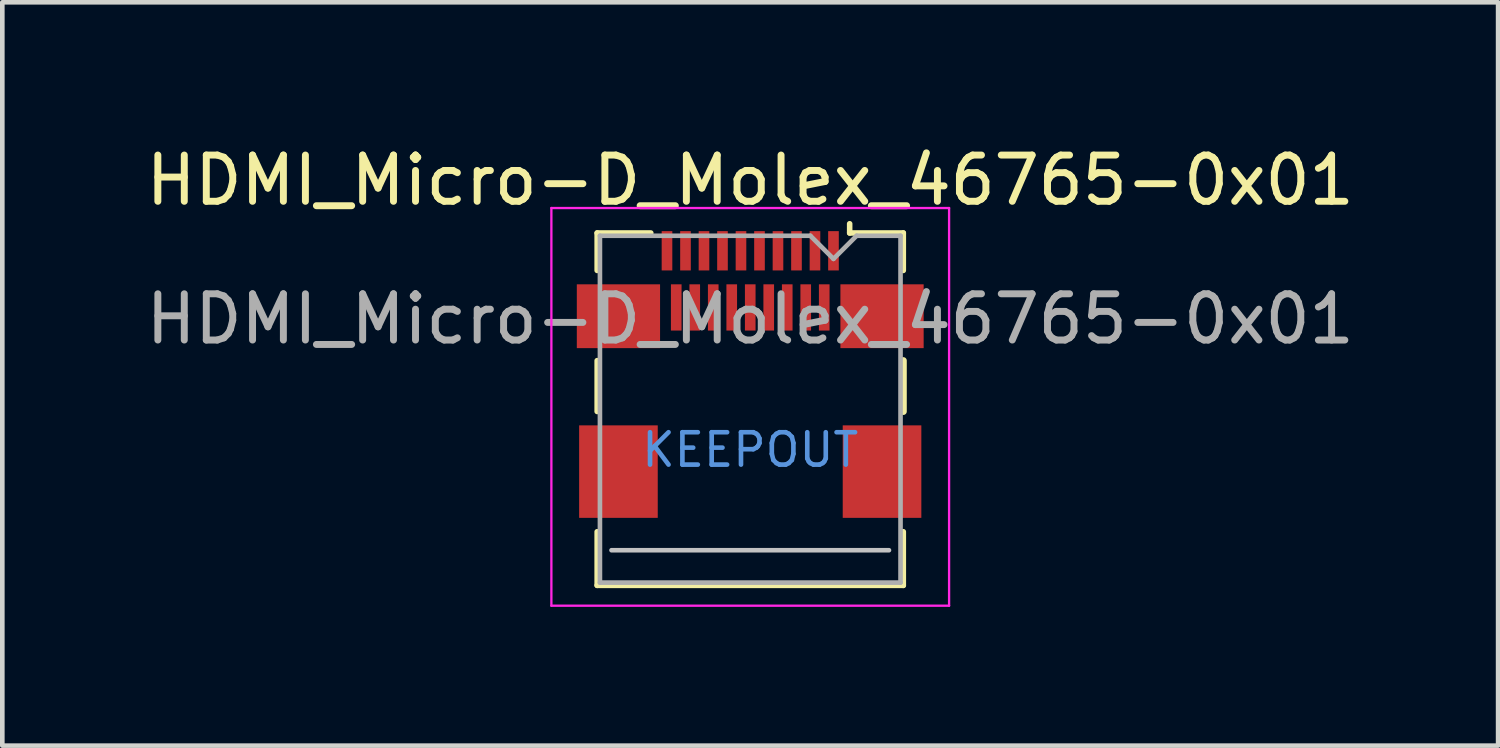
<source format=kicad_pcb>
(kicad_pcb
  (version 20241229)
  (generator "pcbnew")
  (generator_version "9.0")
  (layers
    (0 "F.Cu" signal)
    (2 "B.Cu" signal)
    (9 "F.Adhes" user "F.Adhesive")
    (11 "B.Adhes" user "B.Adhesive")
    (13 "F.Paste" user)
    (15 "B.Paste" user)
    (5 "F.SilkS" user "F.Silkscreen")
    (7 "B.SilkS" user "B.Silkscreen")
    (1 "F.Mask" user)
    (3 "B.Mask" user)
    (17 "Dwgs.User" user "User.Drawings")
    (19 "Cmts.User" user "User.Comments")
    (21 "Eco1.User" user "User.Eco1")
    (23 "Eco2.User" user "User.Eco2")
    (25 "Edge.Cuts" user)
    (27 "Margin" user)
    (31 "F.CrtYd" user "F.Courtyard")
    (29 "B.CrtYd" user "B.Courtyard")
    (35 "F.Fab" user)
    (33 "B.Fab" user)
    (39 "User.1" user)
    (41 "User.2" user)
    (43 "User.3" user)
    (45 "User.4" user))
  (footprint "HDMI_Micro-D_Molex_46765-0x01"
    (layer "F.Cu")
    (at 13.173 7.148)
    (property "Reference" "HDMI_Micro-D_Molex_46765-0x01" (at 0 -6.3 0) (layer "F.SilkS") (effects (font (size 1 1) (thickness 0.15))))
    (attr smd)
    (fp_line (start -3.31 -5.16) (end -2.15 -5.16) (stroke (width 0.12) (type solid)) (layer "F.SilkS"))
    (fp_line (start -3.31 -4.35) (end -3.31 -5.16) (stroke (width 0.12) (type solid)) (layer "F.SilkS"))
    (fp_line (start -3.31 -1.3) (end -3.31 -2.4) (stroke (width 0.12) (type solid)) (layer "F.SilkS"))
    (fp_line (start -3.31 2.46) (end -3.31 1.3) (stroke (width 0.12) (type solid)) (layer "F.SilkS"))
    (fp_line (start -3.31 2.46) (end 3.31 2.46) (stroke (width 0.12) (type solid)) (layer "F.SilkS"))
    (fp_line (start 2.15 -5.16) (end 2.15 -5.36) (stroke (width 0.12) (type solid)) (layer "F.SilkS"))
    (fp_line (start 2.15 -5.16) (end 3.31 -5.16) (stroke (width 0.12) (type solid)) (layer "F.SilkS"))
    (fp_line (start 3.31 -5.16) (end 3.31 -4.35) (stroke (width 0.12) (type solid)) (layer "F.SilkS"))
    (fp_line (start 3.31 -2.4) (end 3.31 -1.3) (stroke (width 0.15) (type solid)) (layer "F.SilkS"))
    (fp_line (start 3.31 1.3) (end 3.31 2.46) (stroke (width 0.12) (type solid)) (layer "F.SilkS"))
    (fp_line (start -3 1.7) (end 3 1.7) (stroke (width 0.1) (type solid)) (layer "Dwgs.User"))
    (fp_line (start -4.3 -5.7) (end -4.3 2.9) (stroke (width 0.05) (type solid)) (layer "F.CrtYd"))
    (fp_line (start -4.3 2.9) (end 4.3 2.9) (stroke (width 0.05) (type solid)) (layer "F.CrtYd"))
    (fp_line (start 4.3 -5.7) (end -4.3 -5.7) (stroke (width 0.05) (type solid)) (layer "F.CrtYd"))
    (fp_line (start 4.3 2.9) (end 4.3 -5.7) (stroke (width 0.05) (type solid)) (layer "F.CrtYd"))
    (fp_line (start -3.25 -5.1) (end 1.3 -5.1) (stroke (width 0.1) (type solid)) (layer "F.Fab"))
    (fp_line (start -3.25 2.4) (end -3.25 -5.1) (stroke (width 0.1) (type solid)) (layer "F.Fab"))
    (fp_line (start 1.8 -4.6) (end 1.3 -5.1) (stroke (width 0.1) (type solid)) (layer "F.Fab"))
    (fp_line (start 1.8 -4.6) (end 2.3 -5.1) (stroke (width 0.1) (type solid)) (layer "F.Fab"))
    (fp_line (start 2.3 -5.1) (end 3.25 -5.1) (stroke (width 0.1) (type solid)) (layer "F.Fab"))
    (fp_line (start 3.25 -5.1) (end 3.25 2.4) (stroke (width 0.1) (type solid)) (layer "F.Fab"))
    (fp_line (start 3.25 2.4) (end -3.25 2.4) (stroke (width 0.1) (type solid)) (layer "F.Fab"))
    (fp_text user "KEEPOUT" (at 0 -0.47 0) (layer "Cmts.User") (effects (font (size 0.7 0.7) (thickness 0.1))))
    (fp_text user "${REFERENCE}" (at 0 -3.3 0) (layer "F.Fab") (effects (font (size 1 1) (thickness 0.15))))
    (pad "1" smd rect (at 1.8 -4.775) (size 0.23 0.85) (layers "F.Cu" "F.Mask" "F.Paste"))
    (pad "2" smd rect (at 1.6 -3.55) (size 0.23 1) (layers "F.Cu" "F.Mask" "F.Paste"))
    (pad "3" smd rect (at 1.4 -4.775) (size 0.23 0.85) (layers "F.Cu" "F.Mask" "F.Paste"))
    (pad "4" smd rect (at 1.2 -3.55) (size 0.23 1) (layers "F.Cu" "F.Mask" "F.Paste"))
    (pad "5" smd rect (at 1 -4.775) (size 0.23 0.85) (layers "F.Cu" "F.Mask" "F.Paste"))
    (pad "6" smd rect (at 0.8 -3.55) (size 0.23 1) (layers "F.Cu" "F.Mask" "F.Paste"))
    (pad "7" smd rect (at 0.6 -4.775) (size 0.23 0.85) (layers "F.Cu" "F.Mask" "F.Paste"))
    (pad "8" smd rect (at 0.4 -3.55) (size 0.23 1) (layers "F.Cu" "F.Mask" "F.Paste"))
    (pad "9" smd rect (at 0.2 -4.775) (size 0.23 0.85) (layers "F.Cu" "F.Mask" "F.Paste"))
    (pad "10" smd rect (at 0 -3.55) (size 0.23 1) (layers "F.Cu" "F.Mask" "F.Paste"))
    (pad "11" smd rect (at -0.2 -4.775) (size 0.23 0.85) (layers "F.Cu" "F.Mask" "F.Paste"))
    (pad "12" smd rect (at -0.4 -3.55) (size 0.23 1) (layers "F.Cu" "F.Mask" "F.Paste"))
    (pad "13" smd rect (at -0.6 -4.775) (size 0.23 0.85) (layers "F.Cu" "F.Mask" "F.Paste"))
    (pad "14" smd rect (at -0.8 -3.55) (size 0.23 1) (layers "F.Cu" "F.Mask" "F.Paste"))
    (pad "15" smd rect (at -1 -4.775) (size 0.23 0.85) (layers "F.Cu" "F.Mask" "F.Paste"))
    (pad "16" smd rect (at -1.2 -3.55) (size 0.23 1) (layers "F.Cu" "F.Mask" "F.Paste"))
    (pad "17" smd rect (at -1.4 -4.775) (size 0.23 0.85) (layers "F.Cu" "F.Mask" "F.Paste"))
    (pad "18" smd rect (at -1.6 -3.55) (size 0.23 1) (layers "F.Cu" "F.Mask" "F.Paste"))
    (pad "19" smd rect (at -1.8 -4.775) (size 0.23 0.85) (layers "F.Cu" "F.Mask" "F.Paste"))
    (pad "SH" smd rect (at -2.85 -3.36) (size 1.8 1.38) (layers "F.Cu" "F.Mask" "F.Paste"))
    (pad "SH" smd rect (at -2.85 0) (size 1.7 2) (layers "F.Cu" "F.Mask" "F.Paste"))
    (pad "SH" smd rect (at 2.85 -3.36) (size 1.8 1.38) (layers "F.Cu" "F.Mask" "F.Paste"))
    (pad "SH" smd rect (at 2.85 0) (size 1.7 2) (layers "F.Cu" "F.Mask" "F.Paste"))
    (zone (net_name "") (layer "F.Cu") (hatch full 0.508) (connect_pads) (min_thickness 0.254) (filled_areas_thickness no) (keepout (tracks not_allowed) (vias not_allowed) (pads not_allowed) (copperpour allowed) (footprints allowed)) (placement (enabled no)) (fill) (polygon (pts (xy 15.523 6.148) (xy 15.173 6.148) (xy 15.173 8.148) (xy 15.523 8.148) (xy 15.523 8.848) (xy 10.823 8.848) (xy 10.823 8.148) (xy 11.173 8.148) (xy 11.173 6.148) (xy 10.823 6.148) (xy 10.823 4.688) (xy 15.523 4.688)))))
  (gr_rect
    (start -3 -3)
    (end 29.345 13.073)
    (stroke (width 0.1) (type default))
    (fill no)
    (layer "Edge.Cuts")))
</source>
